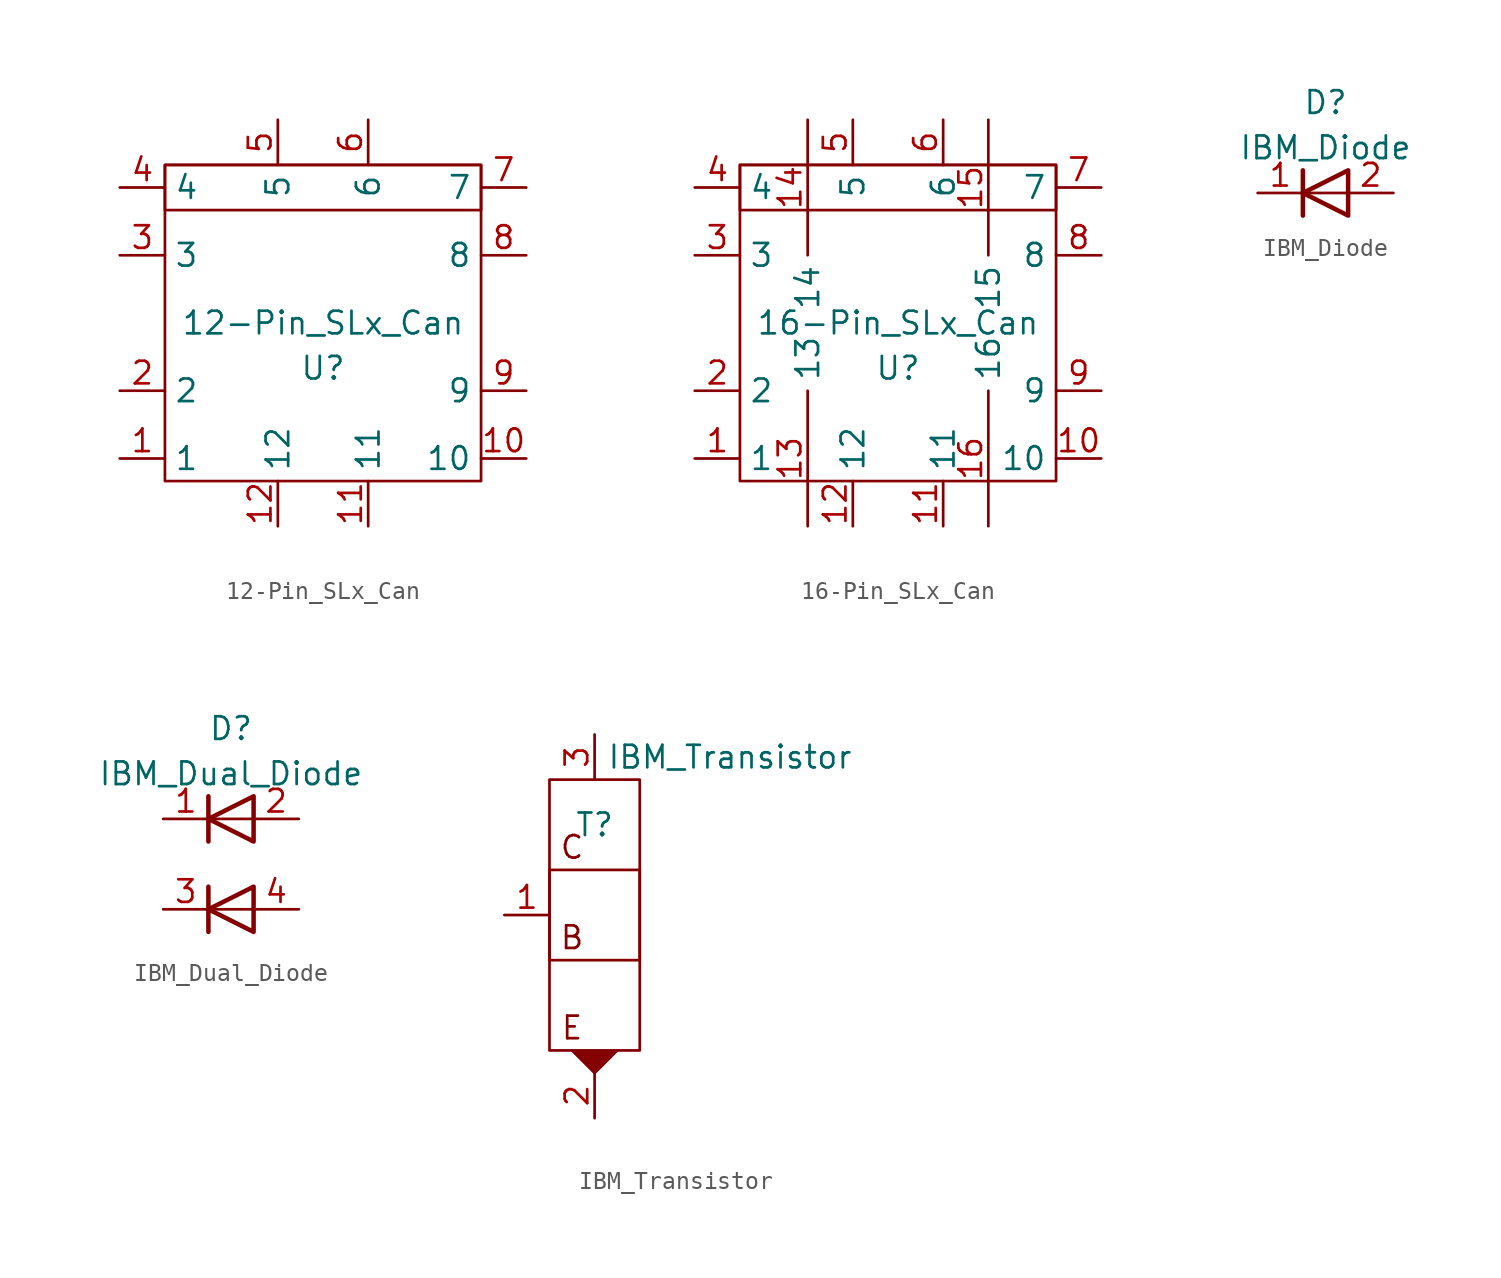
<source format=kicad_sym>
(kicad_symbol_lib
  (version 20211014)
  (generator kicad_symbol_editor)
  (symbol "12-Pin_SLx_Can"
    (property "Reference" "U"
      (at 0 -2.54 0)
      (effects (font (size 1.27 1.27))))
    (property "Value" "12-Pin_SLx_Can"
      (at 0 0 0)
      (effects (font (size 1.27 1.27))))
    (symbol "12-Pin_SLx_Can_0_1"
      (rectangle (start -8.89 8.89) (end 8.89 -8.89) (stroke (width 0) (type default) (color 0 0 0 0)) (fill (type none)))
      (rectangle (start -8.89 8.89) (end 8.89 6.35) (stroke (width 0) (type default) (color 0 0 0 0)) (fill (type none))))
    (symbol "12-Pin_SLx_Can_1_1"
      (pin passive line (at -11.43 -7.62 0) (length 2.54) (name "1" (effects (font (size 1.27 1.27)))) (number "1" (effects (font (size 1.27 1.27)))))
      (pin passive line (at 11.43 -7.62 180) (length 2.54) (name "10" (effects (font (size 1.27 1.27)))) (number "10" (effects (font (size 1.27 1.27)))))
      (pin passive line (at 2.54 -11.43 90) (length 2.54) (name "11" (effects (font (size 1.27 1.27)))) (number "11" (effects (font (size 1.27 1.27)))))
      (pin passive line (at -2.54 -11.43 90) (length 2.54) (name "12" (effects (font (size 1.27 1.27)))) (number "12" (effects (font (size 1.27 1.27)))))
      (pin passive line (at -11.43 -3.81 0) (length 2.54) (name "2" (effects (font (size 1.27 1.27)))) (number "2" (effects (font (size 1.27 1.27)))))
      (pin passive line (at -11.43 3.81 0) (length 2.54) (name "3" (effects (font (size 1.27 1.27)))) (number "3" (effects (font (size 1.27 1.27)))))
      (pin passive line (at -11.43 7.62 0) (length 2.54) (name "4" (effects (font (size 1.27 1.27)))) (number "4" (effects (font (size 1.27 1.27)))))
      (pin passive line (at -2.54 11.43 270) (length 2.54) (name "5" (effects (font (size 1.27 1.27)))) (number "5" (effects (font (size 1.27 1.27)))))
      (pin passive line (at 2.54 11.43 270) (length 2.54) (name "6" (effects (font (size 1.27 1.27)))) (number "6" (effects (font (size 1.27 1.27)))))
      (pin passive line (at 11.43 7.62 180) (length 2.54) (name "7" (effects (font (size 1.27 1.27)))) (number "7" (effects (font (size 1.27 1.27)))))
      (pin passive line (at 11.43 3.81 180) (length 2.54) (name "8" (effects (font (size 1.27 1.27)))) (number "8" (effects (font (size 1.27 1.27)))))
      (pin passive line (at 11.43 -3.81 180) (length 2.54) (name "9" (effects (font (size 1.27 1.27)))) (number "9" (effects (font (size 1.27 1.27)))))))
  (symbol "16-Pin_SLx_Can"
    (property "Reference" "U"
      (at 0 -2.54 0)
      (effects (font (size 1.27 1.27))))
    (property "Value" "16-Pin_SLx_Can"
      (at 0 0 0)
      (effects (font (size 1.27 1.27))))
    (symbol "16-Pin_SLx_Can_0_1"
      (rectangle (start -8.89 8.89) (end 8.89 -8.89) (stroke (width 0) (type default) (color 0 0 0 0)) (fill (type none)))
      (rectangle (start -8.89 8.89) (end 8.89 6.35) (stroke (width 0) (type default) (color 0 0 0 0)) (fill (type none))))
    (symbol "16-Pin_SLx_Can_1_1"
      (pin passive line (at -11.43 -7.62 0) (length 2.54) (name "1" (effects (font (size 1.27 1.27)))) (number "1" (effects (font (size 1.27 1.27)))))
      (pin passive line (at 11.43 -7.62 180) (length 2.54) (name "10" (effects (font (size 1.27 1.27)))) (number "10" (effects (font (size 1.27 1.27)))))
      (pin passive line (at 2.54 -11.43 90) (length 2.54) (name "11" (effects (font (size 1.27 1.27)))) (number "11" (effects (font (size 1.27 1.27)))))
      (pin passive line (at -2.54 -11.43 90) (length 2.54) (name "12" (effects (font (size 1.27 1.27)))) (number "12" (effects (font (size 1.27 1.27)))))
      (pin passive line (at -5.08 -11.43 90) (length 7.62) (name "13" (effects (font (size 1.27 1.27)))) (number "13" (effects (font (size 1.27 1.27)))))
      (pin passive line (at -5.08 11.43 270) (length 7.62) (name "14" (effects (font (size 1.27 1.27)))) (number "14" (effects (font (size 1.27 1.27)))))
      (pin passive line (at 5.08 11.43 270) (length 7.62) (name "15" (effects (font (size 1.27 1.27)))) (number "15" (effects (font (size 1.27 1.27)))))
      (pin passive line (at 5.08 -11.43 90) (length 7.62) (name "16" (effects (font (size 1.27 1.27)))) (number "16" (effects (font (size 1.27 1.27)))))
      (pin passive line (at -11.43 -3.81 0) (length 2.54) (name "2" (effects (font (size 1.27 1.27)))) (number "2" (effects (font (size 1.27 1.27)))))
      (pin passive line (at -11.43 3.81 0) (length 2.54) (name "3" (effects (font (size 1.27 1.27)))) (number "3" (effects (font (size 1.27 1.27)))))
      (pin passive line (at -11.43 7.62 0) (length 2.54) (name "4" (effects (font (size 1.27 1.27)))) (number "4" (effects (font (size 1.27 1.27)))))
      (pin passive line (at -2.54 11.43 270) (length 2.54) (name "5" (effects (font (size 1.27 1.27)))) (number "5" (effects (font (size 1.27 1.27)))))
      (pin passive line (at 2.54 11.43 270) (length 2.54) (name "6" (effects (font (size 1.27 1.27)))) (number "6" (effects (font (size 1.27 1.27)))))
      (pin passive line (at 11.43 7.62 180) (length 2.54) (name "7" (effects (font (size 1.27 1.27)))) (number "7" (effects (font (size 1.27 1.27)))))
      (pin passive line (at 11.43 3.81 180) (length 2.54) (name "8" (effects (font (size 1.27 1.27)))) (number "8" (effects (font (size 1.27 1.27)))))
      (pin passive line (at 11.43 -3.81 180) (length 2.54) (name "9" (effects (font (size 1.27 1.27)))) (number "9" (effects (font (size 1.27 1.27)))))))
  (symbol "IBM_Diode"
    (property "Reference" "D"
      (at 0 5.08 0)
      (effects (font (size 1.27 1.27))))
    (property "Value" "IBM_Diode"
      (at 0 2.54 0)
      (effects (font (size 1.27 1.27))))
    (symbol "IBM_Diode_0_1"
      (polyline (pts (xy -1.27 1.27) (xy -1.27 -1.27)) (stroke (width 0.254) (type default) (color 0 0 0 0)) (fill (type none)))
      (polyline (pts (xy 1.27 0) (xy -1.27 0)) (stroke (width 0) (type default) (color 0 0 0 0)) (fill (type none)))
      (polyline (pts (xy 1.27 1.27) (xy 1.27 -1.27) (xy -1.27 0) (xy 1.27 1.27)) (stroke (width 0.254) (type default) (color 0 0 0 0)) (fill (type none))))
    (symbol "IBM_Diode_1_1"
      (pin passive line (at -3.81 0 0) (length 2.54) (name "K" (effects (font (size 0 0)))) (number "1" (effects (font (size 1.27 1.27)))))
      (pin passive line (at 3.81 0 180) (length 2.54) (name "A" (effects (font (size 0 0)))) (number "2" (effects (font (size 1.27 1.27)))))))
  (symbol "IBM_Dual_Diode"
    (property "Reference" "D"
      (at 0 5.08 0)
      (effects (font (size 1.27 1.27))))
    (property "Value" "IBM_Dual_Diode"
      (at 0 2.54 0)
      (effects (font (size 1.27 1.27))))
    (symbol "IBM_Dual_Diode_0_1"
      (polyline (pts (xy -1.27 -3.81) (xy -1.27 -6.35)) (stroke (width 0.254) (type default) (color 0 0 0 0)) (fill (type none)))
      (polyline (pts (xy -1.27 1.27) (xy -1.27 -1.27)) (stroke (width 0.254) (type default) (color 0 0 0 0)) (fill (type none)))
      (polyline (pts (xy 1.27 -5.08) (xy -1.27 -5.08)) (stroke (width 0) (type default) (color 0 0 0 0)) (fill (type none)))
      (polyline (pts (xy 1.27 0) (xy -1.27 0)) (stroke (width 0) (type default) (color 0 0 0 0)) (fill (type none)))
      (polyline (pts (xy 1.27 -3.81) (xy 1.27 -6.35) (xy -1.27 -5.08) (xy 1.27 -3.81)) (stroke (width 0.254) (type default) (color 0 0 0 0)) (fill (type none)))
      (polyline (pts (xy 1.27 1.27) (xy 1.27 -1.27) (xy -1.27 0) (xy 1.27 1.27)) (stroke (width 0.254) (type default) (color 0 0 0 0)) (fill (type none))))
    (symbol "IBM_Dual_Diode_1_1"
      (pin passive line (at -3.81 0 0) (length 2.54) (name "K1" (effects (font (size 0 0)))) (number "1" (effects (font (size 1.27 1.27)))))
      (pin passive line (at 3.81 0 180) (length 2.54) (name "A1" (effects (font (size 0 0)))) (number "2" (effects (font (size 1.27 1.27)))))
      (pin passive line (at -3.81 -5.08 0) (length 2.54) (name "K2" (effects (font (size 0 0)))) (number "3" (effects (font (size 1.27 1.27)))))
      (pin passive line (at 3.81 -5.08 180) (length 2.54) (name "A2" (effects (font (size 0 0)))) (number "4" (effects (font (size 1.27 1.27)))))))
  (symbol "IBM_Transistor"
    (property "Reference" "T"
      (at 0 5.08 0)
      (effects (font (size 1.27 1.27))))
    (property "Value" "IBM_Transistor"
      (at 7.62 8.89 0)
      (effects (font (size 1.27 1.27))))
    (symbol "IBM_Transistor_0_0"
      (text "B" (at -1.27 -1.27 0) (effects (font (size 1.27 1.27))))
      (text "C" (at -1.27 3.81 0) (effects (font (size 1.27 1.27))))
      (text "E" (at -1.27 -6.35 0) (effects (font (size 1.27 1.27)))))
    (symbol "IBM_Transistor_0_1"
      (rectangle (start -2.54 2.54) (end 2.54 -2.54) (stroke (width 0) (type default) (color 0 0 0 0)) (fill (type none)))
      (rectangle (start -2.54 7.62) (end 2.54 -7.62) (stroke (width 0) (type default) (color 0 0 0 0)) (fill (type none)))
      (polyline (pts (xy -1.27 -7.62) (xy 0 -8.89) (xy 1.27 -7.62)) (stroke (width 0) (type default) (color 0 0 0 0)) (fill (type outline))))
    (symbol "IBM_Transistor_1_1"
      (pin passive line (at -5.08 0 0) (length 2.54) (name "B" (effects (font (size 0 0)))) (number "1" (effects (font (size 1.27 1.27)))))
      (pin passive line (at 0 -11.43 90) (length 2.54) (name "E" (effects (font (size 0 0)))) (number "2" (effects (font (size 1.27 1.27)))))
      (pin passive line (at 0 10.16 270) (length 2.54) (name "C" (effects (font (size 0 0)))) (number "3" (effects (font (size 1.27 1.27))))))))
</source>
